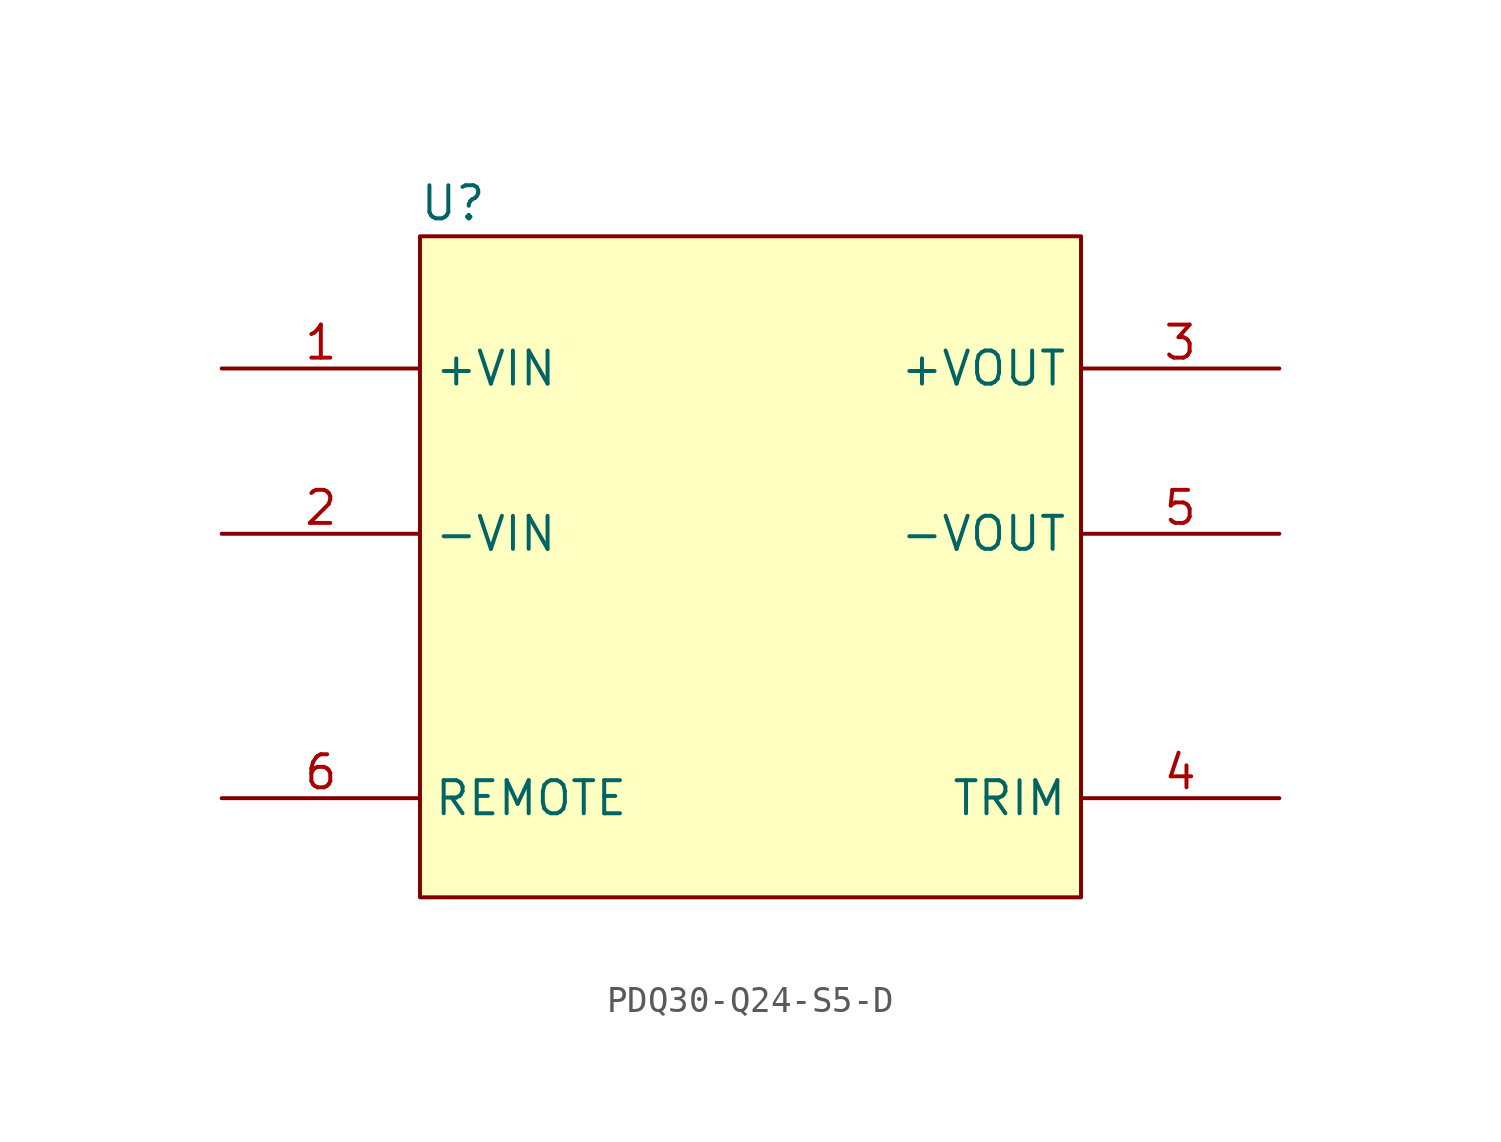
<source format=kicad_sym>
(kicad_symbol_lib
  (version 20220914)
  (generator kicad_symbol_editor)
  (symbol "PDQ30-Q24-S5-D"
    (property "Reference" "U"
      (at 1.27 26.67 0)
      (effects (font (size 1.27 1.27))))
    (property "Value" ""
      (at 0 0 0)
      (effects (font (size 1.27 1.27))))
    (symbol "PDQ30-Q24-S5-D_0_1"
      (pin power_in line (at -7.62 20.32 0) (length 7.62) (name "+VIN" (effects (font (size 1.27 1.27)))) (number "1" (effects (font (size 1.27 1.27)))))
      (pin power_in line (at -7.62 13.97 0) (length 7.62) (name "-VIN" (effects (font (size 1.27 1.27)))) (number "2" (effects (font (size 1.27 1.27)))))
      (pin power_in line (at 33.02 20.32 180) (length 7.62) (name "+VOUT" (effects (font (size 1.27 1.27)))) (number "3" (effects (font (size 1.27 1.27)))))
      (pin unspecified line (at 33.02 3.81 180) (length 7.62) (name "TRIM" (effects (font (size 1.27 1.27)))) (number "4" (effects (font (size 1.27 1.27)))))
      (pin power_in line (at 33.02 13.97 180) (length 7.62) (name "-VOUT" (effects (font (size 1.27 1.27)))) (number "5" (effects (font (size 1.27 1.27)))))
      (pin unspecified line (at -7.62 3.81 0) (length 7.62) (name "REMOTE" (effects (font (size 1.27 1.27)))) (number "6" (effects (font (size 1.27 1.27))))))
    (symbol "PDQ30-Q24-S5-D_1_1"
      (rectangle (start 0 25.4) (end 25.4 0) (stroke (width 0) (type default)) (fill (type background))))))
</source>
